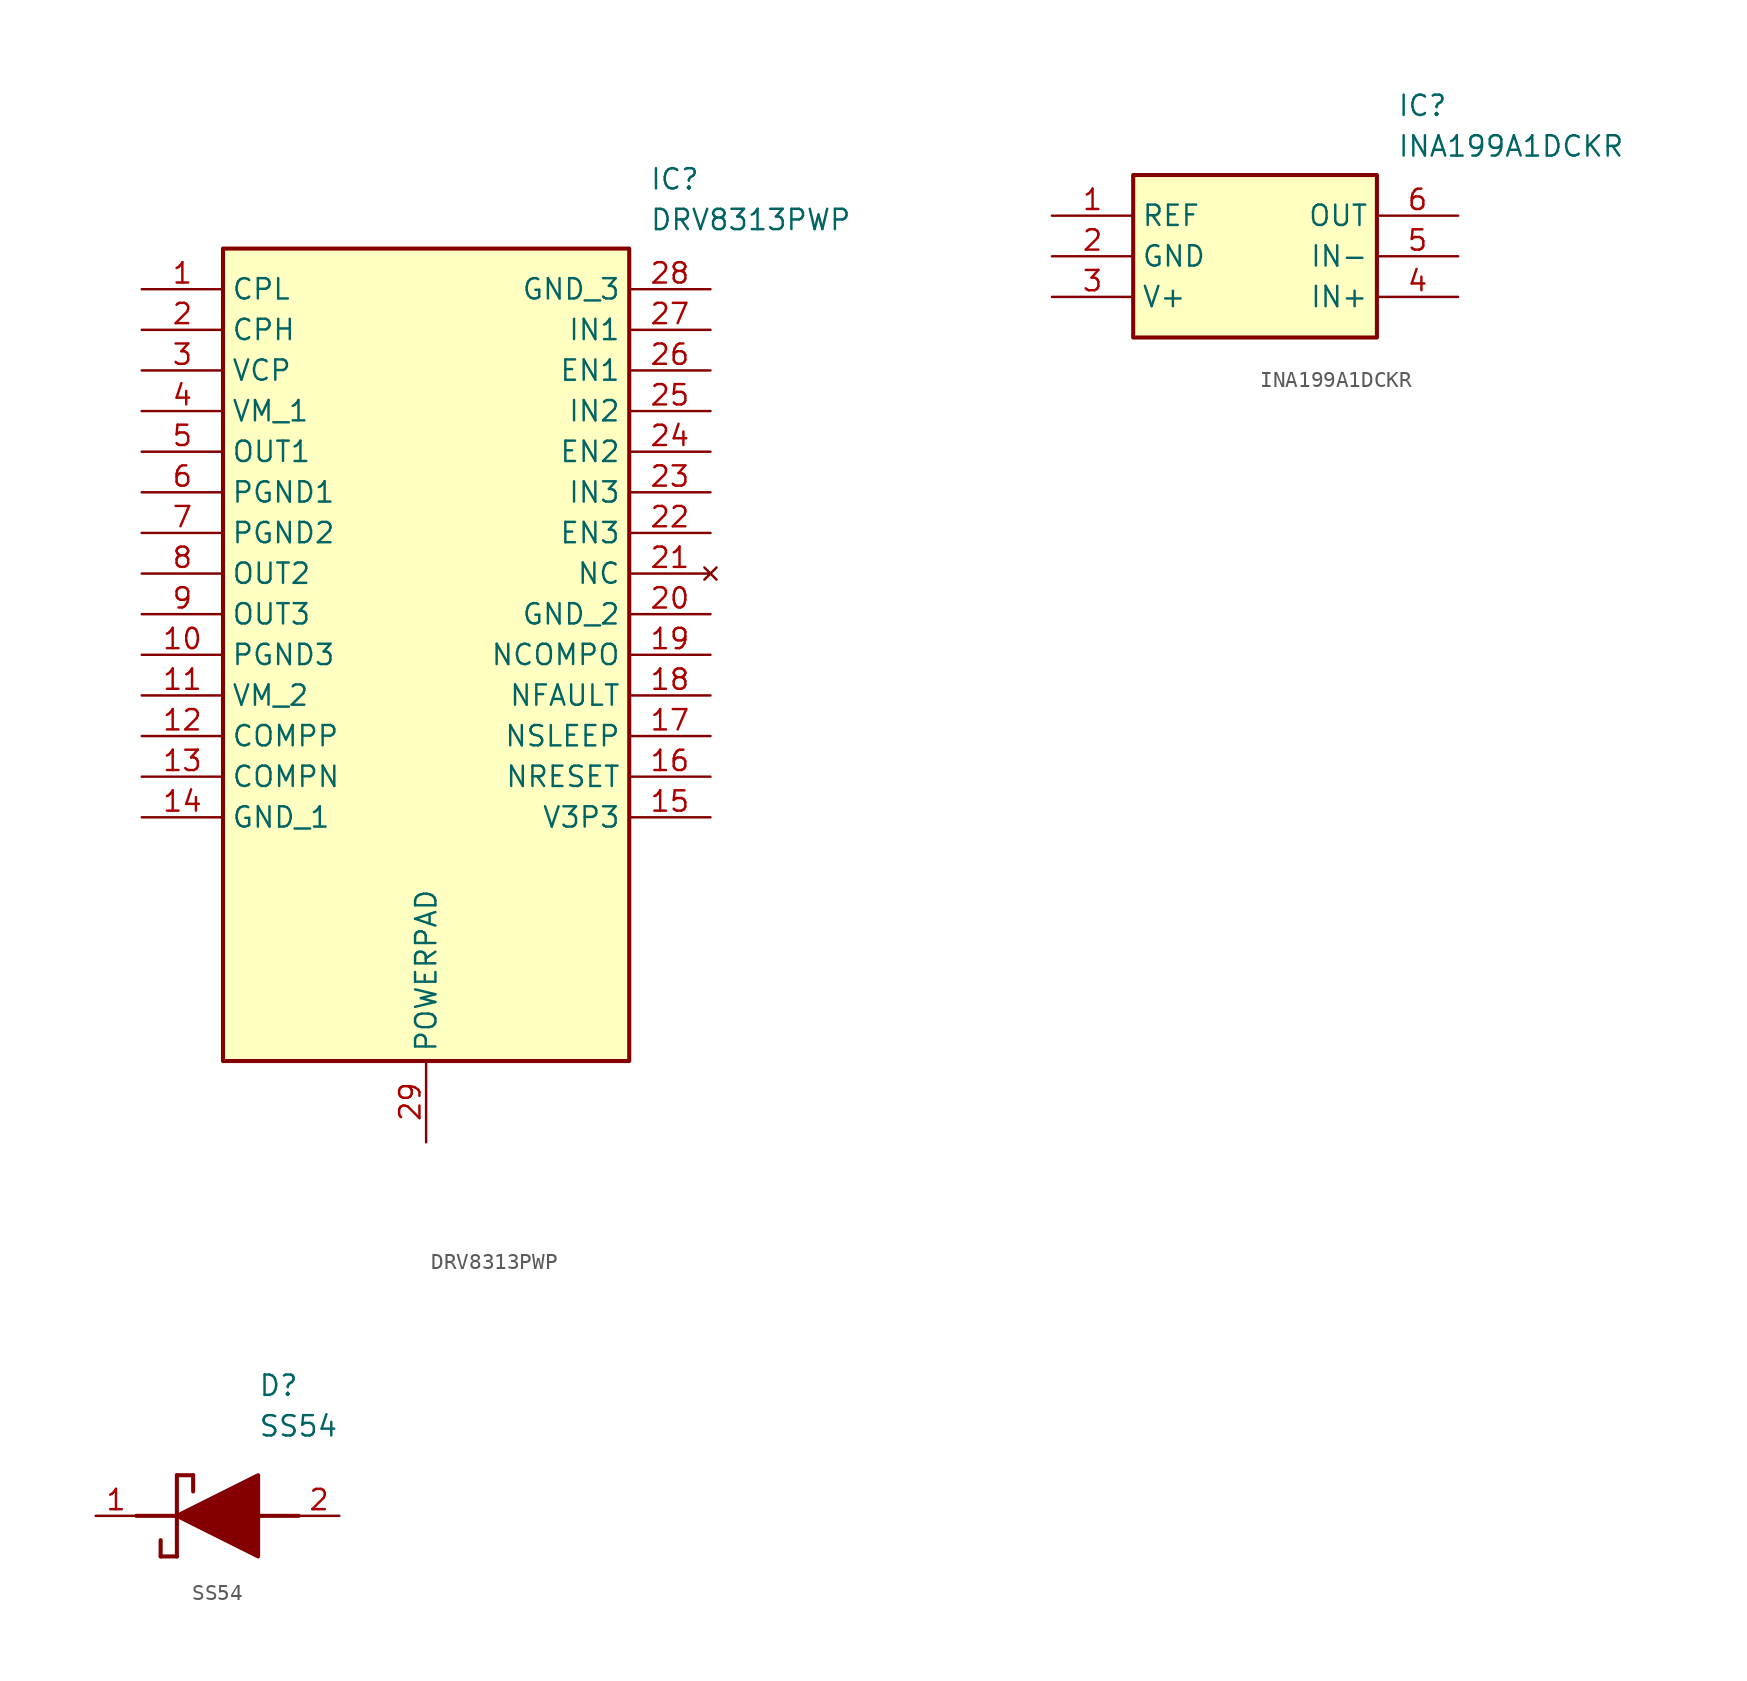
<source format=kicad_sym>
(kicad_symbol_lib
  (version 20220914)
  (generator kicad_symbol_editor)
  (symbol "DRV8313PWP"
    (property "Reference" "IC"
      (at 31.75 7.62 0)
      (effects (font (size 1.27 1.27)) (justify left top)))
    (property "Value" "DRV8313PWP"
      (at 31.75 5.08 0)
      (effects (font (size 1.27 1.27)) (justify left top)))
    (symbol "DRV8313PWP_1_1"
      (rectangle (start 5.08 2.54) (end 30.48 -48.26) (stroke (width 0.254) (type default)) (fill (type background)))
      (pin passive line (at 0 0 0) (length 5.08) (name "CPL" (effects (font (size 1.27 1.27)))) (number "1" (effects (font (size 1.27 1.27)))))
      (pin passive line (at 0 -22.86 0) (length 5.08) (name "PGND3" (effects (font (size 1.27 1.27)))) (number "10" (effects (font (size 1.27 1.27)))))
      (pin passive line (at 0 -25.4 0) (length 5.08) (name "VM_2" (effects (font (size 1.27 1.27)))) (number "11" (effects (font (size 1.27 1.27)))))
      (pin passive line (at 0 -27.94 0) (length 5.08) (name "COMPP" (effects (font (size 1.27 1.27)))) (number "12" (effects (font (size 1.27 1.27)))))
      (pin passive line (at 0 -30.48 0) (length 5.08) (name "COMPN" (effects (font (size 1.27 1.27)))) (number "13" (effects (font (size 1.27 1.27)))))
      (pin passive line (at 0 -33.02 0) (length 5.08) (name "GND_1" (effects (font (size 1.27 1.27)))) (number "14" (effects (font (size 1.27 1.27)))))
      (pin passive line (at 35.56 -33.02 180) (length 5.08) (name "V3P3" (effects (font (size 1.27 1.27)))) (number "15" (effects (font (size 1.27 1.27)))))
      (pin passive line (at 35.56 -30.48 180) (length 5.08) (name "NRESET" (effects (font (size 1.27 1.27)))) (number "16" (effects (font (size 1.27 1.27)))))
      (pin passive line (at 35.56 -27.94 180) (length 5.08) (name "NSLEEP" (effects (font (size 1.27 1.27)))) (number "17" (effects (font (size 1.27 1.27)))))
      (pin passive line (at 35.56 -25.4 180) (length 5.08) (name "NFAULT" (effects (font (size 1.27 1.27)))) (number "18" (effects (font (size 1.27 1.27)))))
      (pin passive line (at 35.56 -22.86 180) (length 5.08) (name "NCOMPO" (effects (font (size 1.27 1.27)))) (number "19" (effects (font (size 1.27 1.27)))))
      (pin passive line (at 0 -2.54 0) (length 5.08) (name "CPH" (effects (font (size 1.27 1.27)))) (number "2" (effects (font (size 1.27 1.27)))))
      (pin passive line (at 35.56 -20.32 180) (length 5.08) (name "GND_2" (effects (font (size 1.27 1.27)))) (number "20" (effects (font (size 1.27 1.27)))))
      (pin no_connect line (at 35.56 -17.78 180) (length 5.08) (name "NC" (effects (font (size 1.27 1.27)))) (number "21" (effects (font (size 1.27 1.27)))))
      (pin passive line (at 35.56 -15.24 180) (length 5.08) (name "EN3" (effects (font (size 1.27 1.27)))) (number "22" (effects (font (size 1.27 1.27)))))
      (pin passive line (at 35.56 -12.7 180) (length 5.08) (name "IN3" (effects (font (size 1.27 1.27)))) (number "23" (effects (font (size 1.27 1.27)))))
      (pin passive line (at 35.56 -10.16 180) (length 5.08) (name "EN2" (effects (font (size 1.27 1.27)))) (number "24" (effects (font (size 1.27 1.27)))))
      (pin passive line (at 35.56 -7.62 180) (length 5.08) (name "IN2" (effects (font (size 1.27 1.27)))) (number "25" (effects (font (size 1.27 1.27)))))
      (pin passive line (at 35.56 -5.08 180) (length 5.08) (name "EN1" (effects (font (size 1.27 1.27)))) (number "26" (effects (font (size 1.27 1.27)))))
      (pin passive line (at 35.56 -2.54 180) (length 5.08) (name "IN1" (effects (font (size 1.27 1.27)))) (number "27" (effects (font (size 1.27 1.27)))))
      (pin passive line (at 35.56 0 180) (length 5.08) (name "GND_3" (effects (font (size 1.27 1.27)))) (number "28" (effects (font (size 1.27 1.27)))))
      (pin passive line (at 17.78 -53.34 90) (length 5.08) (name "POWERPAD" (effects (font (size 1.27 1.27)))) (number "29" (effects (font (size 1.27 1.27)))))
      (pin passive line (at 0 -5.08 0) (length 5.08) (name "VCP" (effects (font (size 1.27 1.27)))) (number "3" (effects (font (size 1.27 1.27)))))
      (pin passive line (at 0 -7.62 0) (length 5.08) (name "VM_1" (effects (font (size 1.27 1.27)))) (number "4" (effects (font (size 1.27 1.27)))))
      (pin passive line (at 0 -10.16 0) (length 5.08) (name "OUT1" (effects (font (size 1.27 1.27)))) (number "5" (effects (font (size 1.27 1.27)))))
      (pin passive line (at 0 -12.7 0) (length 5.08) (name "PGND1" (effects (font (size 1.27 1.27)))) (number "6" (effects (font (size 1.27 1.27)))))
      (pin passive line (at 0 -15.24 0) (length 5.08) (name "PGND2" (effects (font (size 1.27 1.27)))) (number "7" (effects (font (size 1.27 1.27)))))
      (pin passive line (at 0 -17.78 0) (length 5.08) (name "OUT2" (effects (font (size 1.27 1.27)))) (number "8" (effects (font (size 1.27 1.27)))))
      (pin passive line (at 0 -20.32 0) (length 5.08) (name "OUT3" (effects (font (size 1.27 1.27)))) (number "9" (effects (font (size 1.27 1.27)))))))
  (symbol "INA199A1DCKR"
    (property "Reference" "IC"
      (at 21.59 7.62 0)
      (effects (font (size 1.27 1.27)) (justify left top)))
    (property "Value" "INA199A1DCKR"
      (at 21.59 5.08 0)
      (effects (font (size 1.27 1.27)) (justify left top)))
    (symbol "INA199A1DCKR_1_1"
      (rectangle (start 5.08 2.54) (end 20.32 -7.62) (stroke (width 0.254) (type default)) (fill (type background)))
      (pin passive line (at 0 0 0) (length 5.08) (name "REF" (effects (font (size 1.27 1.27)))) (number "1" (effects (font (size 1.27 1.27)))))
      (pin passive line (at 0 -2.54 0) (length 5.08) (name "GND" (effects (font (size 1.27 1.27)))) (number "2" (effects (font (size 1.27 1.27)))))
      (pin passive line (at 0 -5.08 0) (length 5.08) (name "V+" (effects (font (size 1.27 1.27)))) (number "3" (effects (font (size 1.27 1.27)))))
      (pin passive line (at 25.4 -5.08 180) (length 5.08) (name "IN+" (effects (font (size 1.27 1.27)))) (number "4" (effects (font (size 1.27 1.27)))))
      (pin passive line (at 25.4 -2.54 180) (length 5.08) (name "IN-" (effects (font (size 1.27 1.27)))) (number "5" (effects (font (size 1.27 1.27)))))
      (pin passive line (at 25.4 0 180) (length 5.08) (name "OUT" (effects (font (size 1.27 1.27)))) (number "6" (effects (font (size 1.27 1.27)))))))
  (symbol "SS54"
    (pin_names hide)
    (property "Reference" "D"
      (at 12.7 8.89 0)
      (effects (font (size 1.27 1.27)) (justify left top)))
    (property "Value" "SS54"
      (at 12.7 6.35 0)
      (effects (font (size 1.27 1.27)) (justify left top)))
    (symbol "SS54_1_1"
      (polyline (pts (xy 5.08 0) (xy 7.62 0)) (stroke (width 0.254) (type default)) (fill (type none)))
      (polyline (pts (xy 6.604 -1.524) (xy 6.604 -2.54)) (stroke (width 0.254) (type default)) (fill (type none)))
      (polyline (pts (xy 7.62 -2.54) (xy 6.604 -2.54)) (stroke (width 0.254) (type default)) (fill (type none)))
      (polyline (pts (xy 7.62 2.54) (xy 7.62 -2.54)) (stroke (width 0.254) (type default)) (fill (type none)))
      (polyline (pts (xy 7.62 2.54) (xy 8.636 2.54)) (stroke (width 0.254) (type default)) (fill (type none)))
      (polyline (pts (xy 8.636 1.524) (xy 8.636 2.54)) (stroke (width 0.254) (type default)) (fill (type none)))
      (polyline (pts (xy 12.7 0) (xy 15.24 0)) (stroke (width 0.254) (type default)) (fill (type none)))
      (polyline (pts (xy 7.62 0) (xy 12.7 2.54) (xy 12.7 -2.54) (xy 7.62 0)) (stroke (width 0.254) (type default)) (fill (type outline)))
      (pin passive line (at 2.54 0 0) (length 2.54) (name "K" (effects (font (size 1.27 1.27)))) (number "1" (effects (font (size 1.27 1.27)))))
      (pin passive line (at 17.78 0 180) (length 2.54) (name "A" (effects (font (size 1.27 1.27)))) (number "2" (effects (font (size 1.27 1.27))))))))
</source>
